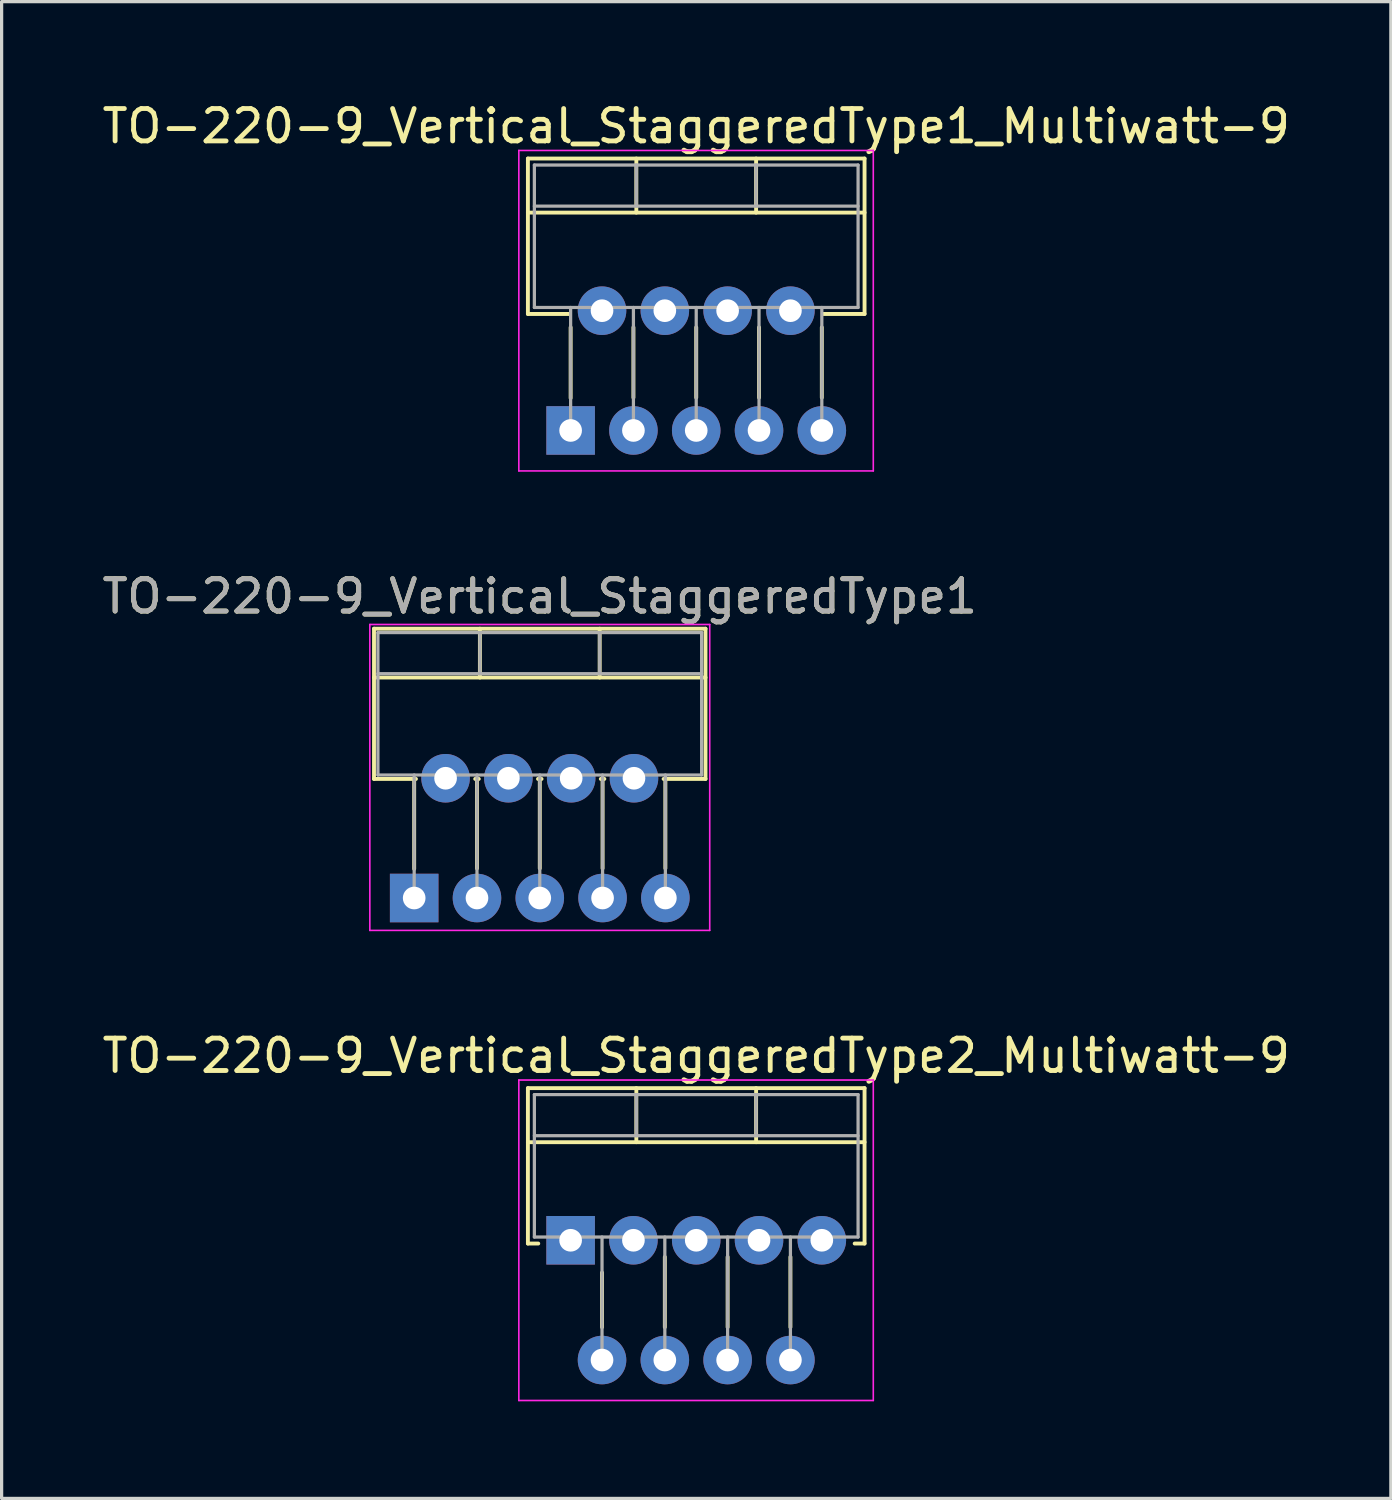
<source format=kicad_pcb>
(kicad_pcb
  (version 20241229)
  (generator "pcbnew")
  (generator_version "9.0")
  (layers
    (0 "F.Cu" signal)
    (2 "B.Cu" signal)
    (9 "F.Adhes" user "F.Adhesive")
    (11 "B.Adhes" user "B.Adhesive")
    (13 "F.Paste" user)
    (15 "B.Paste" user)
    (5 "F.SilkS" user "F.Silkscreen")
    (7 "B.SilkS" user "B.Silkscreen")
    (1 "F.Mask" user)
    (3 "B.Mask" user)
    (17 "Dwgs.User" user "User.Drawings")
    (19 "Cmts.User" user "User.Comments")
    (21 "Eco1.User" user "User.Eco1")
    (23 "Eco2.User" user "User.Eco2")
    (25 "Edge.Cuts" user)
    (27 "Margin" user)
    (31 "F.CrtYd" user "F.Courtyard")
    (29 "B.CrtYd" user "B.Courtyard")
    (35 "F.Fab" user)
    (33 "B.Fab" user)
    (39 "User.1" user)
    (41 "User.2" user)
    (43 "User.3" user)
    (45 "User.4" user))
  (footprint "TO-220-9_Vertical_StaggeredType1"
    (layer "F.Cu")
    (at 9.745 24.692)
    (property "Reference" "TO-220-9_Vertical_StaggeredType1" (at 3.88 -9.32 0) (layer "F.SilkS") (effects (font (size 1 1) (thickness 0.15))))
    (attr through_hole)
    (fp_line (start -1.241 -8.32) (end -1.241 -3.679) (stroke (width 0.12) (type solid)) (layer "F.SilkS"))
    (fp_line (start -1.241 -8.32) (end 9 -8.32) (stroke (width 0.12) (type solid)) (layer "F.SilkS"))
    (fp_line (start -1.241 -6.811) (end 9 -6.811) (stroke (width 0.12) (type solid)) (layer "F.SilkS"))
    (fp_line (start -1.241 -3.679) (end 0.055 -3.679) (stroke (width 0.12) (type solid)) (layer "F.SilkS"))
    (fp_line (start 0 -3.679) (end 0 -0.9) (stroke (width 0.12) (type solid)) (layer "F.SilkS"))
    (fp_line (start 1.885 -3.679) (end 1.996 -3.679) (stroke (width 0.12) (type solid)) (layer "F.SilkS"))
    (fp_line (start 1.94 -3.679) (end 1.94 -0.915) (stroke (width 0.12) (type solid)) (layer "F.SilkS"))
    (fp_line (start 2.03 -8.32) (end 2.03 -6.811) (stroke (width 0.12) (type solid)) (layer "F.SilkS"))
    (fp_line (start 3.825 -3.679) (end 3.935 -3.679) (stroke (width 0.12) (type solid)) (layer "F.SilkS"))
    (fp_line (start 3.88 -3.679) (end 3.88 -0.915) (stroke (width 0.12) (type solid)) (layer "F.SilkS"))
    (fp_line (start 5.73 -8.32) (end 5.73 -6.811) (stroke (width 0.12) (type solid)) (layer "F.SilkS"))
    (fp_line (start 5.765 -3.679) (end 5.875 -3.679) (stroke (width 0.12) (type solid)) (layer "F.SilkS"))
    (fp_line (start 5.82 -3.679) (end 5.82 -0.915) (stroke (width 0.12) (type solid)) (layer "F.SilkS"))
    (fp_line (start 7.705 -3.679) (end 9 -3.679) (stroke (width 0.12) (type solid)) (layer "F.SilkS"))
    (fp_line (start 7.76 -3.679) (end 7.76 -0.915) (stroke (width 0.12) (type solid)) (layer "F.SilkS"))
    (fp_line (start 9 -8.32) (end 9 -3.679) (stroke (width 0.12) (type solid)) (layer "F.SilkS"))
    (fp_line (start -1.37 -8.45) (end -1.37 1) (stroke (width 0.05) (type solid)) (layer "F.CrtYd"))
    (fp_line (start -1.37 1) (end 9.13 1) (stroke (width 0.05) (type solid)) (layer "F.CrtYd"))
    (fp_line (start 9.13 -8.45) (end -1.37 -8.45) (stroke (width 0.05) (type solid)) (layer "F.CrtYd"))
    (fp_line (start 9.13 1) (end 9.13 -8.45) (stroke (width 0.05) (type solid)) (layer "F.CrtYd"))
    (fp_line (start -1.12 -8.2) (end -1.12 -3.8) (stroke (width 0.1) (type solid)) (layer "F.Fab"))
    (fp_line (start -1.12 -6.93) (end 8.88 -6.93) (stroke (width 0.1) (type solid)) (layer "F.Fab"))
    (fp_line (start -1.12 -3.8) (end 8.88 -3.8) (stroke (width 0.1) (type solid)) (layer "F.Fab"))
    (fp_line (start 0 -3.8) (end 0 0) (stroke (width 0.1) (type solid)) (layer "F.Fab"))
    (fp_line (start 0.97 -3.8) (end 0.97 -3.7) (stroke (width 0.1) (type solid)) (layer "F.Fab"))
    (fp_line (start 1.94 -3.8) (end 1.94 0) (stroke (width 0.1) (type solid)) (layer "F.Fab"))
    (fp_line (start 2.03 -8.2) (end 2.03 -6.93) (stroke (width 0.1) (type solid)) (layer "F.Fab"))
    (fp_line (start 2.91 -3.8) (end 2.91 -3.7) (stroke (width 0.1) (type solid)) (layer "F.Fab"))
    (fp_line (start 3.88 -3.8) (end 3.88 0) (stroke (width 0.1) (type solid)) (layer "F.Fab"))
    (fp_line (start 4.85 -3.8) (end 4.85 -3.7) (stroke (width 0.1) (type solid)) (layer "F.Fab"))
    (fp_line (start 5.73 -8.2) (end 5.73 -6.93) (stroke (width 0.1) (type solid)) (layer "F.Fab"))
    (fp_line (start 5.82 -3.8) (end 5.82 0) (stroke (width 0.1) (type solid)) (layer "F.Fab"))
    (fp_line (start 6.79 -3.8) (end 6.79 -3.7) (stroke (width 0.1) (type solid)) (layer "F.Fab"))
    (fp_line (start 7.76 -3.8) (end 7.76 0) (stroke (width 0.1) (type solid)) (layer "F.Fab"))
    (fp_line (start 8.88 -8.2) (end -1.12 -8.2) (stroke (width 0.1) (type solid)) (layer "F.Fab"))
    (fp_line (start 8.88 -3.8) (end 8.88 -8.2) (stroke (width 0.1) (type solid)) (layer "F.Fab"))
    (fp_text user "${REFERENCE}" (at 3.88 -9.32 0) (layer "F.Fab") (effects (font (size 1 1) (thickness 0.15))))
    (pad "1" thru_hole rect (at 0 0) (size 1.5 1.5) (drill 0.7) (layers "*.Cu" "*.Mask"))
    (pad "2" thru_hole oval (at 0.97 -3.7) (size 1.5 1.5) (drill 0.7) (layers "*.Cu" "*.Mask"))
    (pad "3" thru_hole oval (at 1.94 0) (size 1.5 1.5) (drill 0.7) (layers "*.Cu" "*.Mask"))
    (pad "4" thru_hole oval (at 2.91 -3.7) (size 1.5 1.5) (drill 0.7) (layers "*.Cu" "*.Mask"))
    (pad "5" thru_hole oval (at 3.88 0) (size 1.5 1.5) (drill 0.7) (layers "*.Cu" "*.Mask"))
    (pad "6" thru_hole oval (at 4.85 -3.7) (size 1.5 1.5) (drill 0.7) (layers "*.Cu" "*.Mask"))
    (pad "7" thru_hole oval (at 5.82 0) (size 1.5 1.5) (drill 0.7) (layers "*.Cu" "*.Mask"))
    (pad "8" thru_hole oval (at 6.79 -3.7) (size 1.5 1.5) (drill 0.7) (layers "*.Cu" "*.Mask"))
    (pad "9" thru_hole oval (at 7.76 0) (size 1.5 1.5) (drill 0.7) (layers "*.Cu" "*.Mask")))
  (footprint "TO-220-9_Vertical_StaggeredType1_Multiwatt-9"
    (layer "F.Cu")
    (at 14.578 10.248)
    (property "Reference" "TO-220-9_Vertical_StaggeredType1_Multiwatt-9" (at 3.88 -9.4 0) (layer "F.SilkS") (effects (font (size 1 1) (thickness 0.15))))
    (attr through_hole)
    (fp_line (start -1.32 -8.4) (end -1.32 -3.599) (stroke (width 0.12) (type solid)) (layer "F.SilkS"))
    (fp_line (start -1.32 -8.4) (end 9.08 -8.4) (stroke (width 0.12) (type solid)) (layer "F.SilkS"))
    (fp_line (start -1.32 -6.73) (end 9.08 -6.73) (stroke (width 0.12) (type solid)) (layer "F.SilkS"))
    (fp_line (start -1.32 -3.599) (end -0.046 -3.599) (stroke (width 0.12) (type solid)) (layer "F.SilkS"))
    (fp_line (start 0 -3.185) (end 0 -1) (stroke (width 0.12) (type solid)) (layer "F.SilkS"))
    (fp_line (start 1.94 -3.185) (end 1.94 -1.015) (stroke (width 0.12) (type solid)) (layer "F.SilkS"))
    (fp_line (start 2.03 -8.4) (end 2.03 -6.73) (stroke (width 0.12) (type solid)) (layer "F.SilkS"))
    (fp_line (start 3.88 -3.185) (end 3.88 -1.015) (stroke (width 0.12) (type solid)) (layer "F.SilkS"))
    (fp_line (start 5.73 -8.4) (end 5.73 -6.73) (stroke (width 0.12) (type solid)) (layer "F.SilkS"))
    (fp_line (start 5.82 -3.185) (end 5.82 -1.015) (stroke (width 0.12) (type solid)) (layer "F.SilkS"))
    (fp_line (start 7.76 -3.185) (end 7.76 -1.015) (stroke (width 0.12) (type solid)) (layer "F.SilkS"))
    (fp_line (start 7.805 -3.599) (end 9.08 -3.599) (stroke (width 0.12) (type solid)) (layer "F.SilkS"))
    (fp_line (start 9.08 -8.4) (end 9.08 -3.599) (stroke (width 0.12) (type solid)) (layer "F.SilkS"))
    (fp_line (start -1.6 -8.65) (end -1.6 1.25) (stroke (width 0.05) (type solid)) (layer "F.CrtYd"))
    (fp_line (start -1.6 1.25) (end 9.35 1.25) (stroke (width 0.05) (type solid)) (layer "F.CrtYd"))
    (fp_line (start 9.35 -8.65) (end -1.6 -8.65) (stroke (width 0.05) (type solid)) (layer "F.CrtYd"))
    (fp_line (start 9.35 1.25) (end 9.35 -8.65) (stroke (width 0.05) (type solid)) (layer "F.CrtYd"))
    (fp_line (start -1.12 -8.2) (end -1.12 -3.8) (stroke (width 0.1) (type solid)) (layer "F.Fab"))
    (fp_line (start -1.12 -6.93) (end 8.88 -6.93) (stroke (width 0.1) (type solid)) (layer "F.Fab"))
    (fp_line (start -1.12 -3.8) (end 8.88 -3.8) (stroke (width 0.1) (type solid)) (layer "F.Fab"))
    (fp_line (start 0 -3.8) (end 0 0) (stroke (width 0.1) (type solid)) (layer "F.Fab"))
    (fp_line (start 0.97 -3.8) (end 0.97 -3.7) (stroke (width 0.1) (type solid)) (layer "F.Fab"))
    (fp_line (start 1.94 -3.8) (end 1.94 0) (stroke (width 0.1) (type solid)) (layer "F.Fab"))
    (fp_line (start 2.03 -8.2) (end 2.03 -6.93) (stroke (width 0.1) (type solid)) (layer "F.Fab"))
    (fp_line (start 2.91 -3.8) (end 2.91 -3.7) (stroke (width 0.1) (type solid)) (layer "F.Fab"))
    (fp_line (start 3.88 -3.8) (end 3.88 0) (stroke (width 0.1) (type solid)) (layer "F.Fab"))
    (fp_line (start 4.85 -3.8) (end 4.85 -3.7) (stroke (width 0.1) (type solid)) (layer "F.Fab"))
    (fp_line (start 5.73 -8.2) (end 5.73 -6.93) (stroke (width 0.1) (type solid)) (layer "F.Fab"))
    (fp_line (start 5.82 -3.8) (end 5.82 0) (stroke (width 0.1) (type solid)) (layer "F.Fab"))
    (fp_line (start 6.79 -3.8) (end 6.79 -3.7) (stroke (width 0.1) (type solid)) (layer "F.Fab"))
    (fp_line (start 7.76 -3.8) (end 7.76 0) (stroke (width 0.1) (type solid)) (layer "F.Fab"))
    (fp_line (start 8.88 -8.2) (end -1.12 -8.2) (stroke (width 0.1) (type solid)) (layer "F.Fab"))
    (fp_line (start 8.88 -3.8) (end 8.88 -8.2) (stroke (width 0.1) (type solid)) (layer "F.Fab"))
    (pad "1" thru_hole rect (at 0 0) (size 1.5 1.5) (drill 0.7) (layers "*.Cu" "*.Mask"))
    (pad "2" thru_hole oval (at 0.97 -3.7) (size 1.5 1.5) (drill 0.7) (layers "*.Cu" "*.Mask"))
    (pad "3" thru_hole oval (at 1.94 0) (size 1.5 1.5) (drill 0.7) (layers "*.Cu" "*.Mask"))
    (pad "4" thru_hole oval (at 2.91 -3.7) (size 1.5 1.5) (drill 0.7) (layers "*.Cu" "*.Mask"))
    (pad "5" thru_hole oval (at 3.88 0) (size 1.5 1.5) (drill 0.7) (layers "*.Cu" "*.Mask"))
    (pad "6" thru_hole oval (at 4.85 -3.7) (size 1.5 1.5) (drill 0.7) (layers "*.Cu" "*.Mask"))
    (pad "7" thru_hole oval (at 5.82 0) (size 1.5 1.5) (drill 0.7) (layers "*.Cu" "*.Mask"))
    (pad "8" thru_hole oval (at 6.79 -3.7) (size 1.5 1.5) (drill 0.7) (layers "*.Cu" "*.Mask"))
    (pad "9" thru_hole oval (at 7.76 0) (size 1.5 1.5) (drill 0.7) (layers "*.Cu" "*.Mask")))
  (footprint "TO-220-9_Vertical_StaggeredType2_Multiwatt-9"
    (layer "F.Cu")
    (at 14.578 35.265)
    (property "Reference" "TO-220-9_Vertical_StaggeredType2_Multiwatt-9" (at 3.88 -5.7 0) (layer "F.SilkS") (effects (font (size 1 1) (thickness 0.15))))
    (attr through_hole)
    (fp_line (start -1.32 -4.7) (end -1.32 0.101) (stroke (width 0.12) (type solid)) (layer "F.SilkS"))
    (fp_line (start -1.32 -4.7) (end 9.08 -4.7) (stroke (width 0.12) (type solid)) (layer "F.SilkS"))
    (fp_line (start -1.32 -3.03) (end 9.08 -3.03) (stroke (width 0.12) (type solid)) (layer "F.SilkS"))
    (fp_line (start -1.32 0.101) (end -1 0.101) (stroke (width 0.12) (type solid)) (layer "F.SilkS"))
    (fp_line (start 0.97 1) (end 0.97 2.685) (stroke (width 0.12) (type solid)) (layer "F.SilkS"))
    (fp_line (start 2.03 -4.7) (end 2.03 -3.03) (stroke (width 0.12) (type solid)) (layer "F.SilkS"))
    (fp_line (start 2.91 0.515) (end 2.91 2.685) (stroke (width 0.12) (type solid)) (layer "F.SilkS"))
    (fp_line (start 4.85 0.515) (end 4.85 2.685) (stroke (width 0.12) (type solid)) (layer "F.SilkS"))
    (fp_line (start 5.73 -4.7) (end 5.73 -3.03) (stroke (width 0.12) (type solid)) (layer "F.SilkS"))
    (fp_line (start 6.79 0.515) (end 6.79 2.685) (stroke (width 0.12) (type solid)) (layer "F.SilkS"))
    (fp_line (start 8.775 0.101) (end 9.08 0.101) (stroke (width 0.12) (type solid)) (layer "F.SilkS"))
    (fp_line (start 9.08 -4.7) (end 9.08 0.101) (stroke (width 0.12) (type solid)) (layer "F.SilkS"))
    (fp_line (start -1.6 -4.95) (end -1.6 4.95) (stroke (width 0.05) (type solid)) (layer "F.CrtYd"))
    (fp_line (start -1.6 4.95) (end 9.35 4.95) (stroke (width 0.05) (type solid)) (layer "F.CrtYd"))
    (fp_line (start 9.35 -4.95) (end -1.6 -4.95) (stroke (width 0.05) (type solid)) (layer "F.CrtYd"))
    (fp_line (start 9.35 4.95) (end 9.35 -4.95) (stroke (width 0.05) (type solid)) (layer "F.CrtYd"))
    (fp_line (start -1.12 -4.5) (end -1.12 -0.1) (stroke (width 0.1) (type solid)) (layer "F.Fab"))
    (fp_line (start -1.12 -3.23) (end 8.88 -3.23) (stroke (width 0.1) (type solid)) (layer "F.Fab"))
    (fp_line (start -1.12 -0.1) (end 8.88 -0.1) (stroke (width 0.1) (type solid)) (layer "F.Fab"))
    (fp_line (start 0 -0.1) (end 0 0) (stroke (width 0.1) (type solid)) (layer "F.Fab"))
    (fp_line (start 0.97 -0.1) (end 0.97 3.7) (stroke (width 0.1) (type solid)) (layer "F.Fab"))
    (fp_line (start 1.94 -0.1) (end 1.94 0) (stroke (width 0.1) (type solid)) (layer "F.Fab"))
    (fp_line (start 2.03 -4.5) (end 2.03 -3.23) (stroke (width 0.1) (type solid)) (layer "F.Fab"))
    (fp_line (start 2.91 -0.1) (end 2.91 3.7) (stroke (width 0.1) (type solid)) (layer "F.Fab"))
    (fp_line (start 3.88 -0.1) (end 3.88 0) (stroke (width 0.1) (type solid)) (layer "F.Fab"))
    (fp_line (start 4.85 -0.1) (end 4.85 3.7) (stroke (width 0.1) (type solid)) (layer "F.Fab"))
    (fp_line (start 5.73 -4.5) (end 5.73 -3.23) (stroke (width 0.1) (type solid)) (layer "F.Fab"))
    (fp_line (start 5.82 -0.1) (end 5.82 0) (stroke (width 0.1) (type solid)) (layer "F.Fab"))
    (fp_line (start 6.79 -0.1) (end 6.79 3.7) (stroke (width 0.1) (type solid)) (layer "F.Fab"))
    (fp_line (start 7.76 -0.1) (end 7.76 0) (stroke (width 0.1) (type solid)) (layer "F.Fab"))
    (fp_line (start 8.88 -4.5) (end -1.12 -4.5) (stroke (width 0.1) (type solid)) (layer "F.Fab"))
    (fp_line (start 8.88 -0.1) (end 8.88 -4.5) (stroke (width 0.1) (type solid)) (layer "F.Fab"))
    (pad "1" thru_hole rect (at 0 0) (size 1.5 1.5) (drill 0.7) (layers "*.Cu" "*.Mask"))
    (pad "2" thru_hole oval (at 0.97 3.7) (size 1.5 1.5) (drill 0.7) (layers "*.Cu" "*.Mask"))
    (pad "3" thru_hole oval (at 1.94 0) (size 1.5 1.5) (drill 0.7) (layers "*.Cu" "*.Mask"))
    (pad "4" thru_hole oval (at 2.91 3.7) (size 1.5 1.5) (drill 0.7) (layers "*.Cu" "*.Mask"))
    (pad "5" thru_hole oval (at 3.88 0) (size 1.5 1.5) (drill 0.7) (layers "*.Cu" "*.Mask"))
    (pad "6" thru_hole oval (at 4.85 3.7) (size 1.5 1.5) (drill 0.7) (layers "*.Cu" "*.Mask"))
    (pad "7" thru_hole oval (at 5.82 0) (size 1.5 1.5) (drill 0.7) (layers "*.Cu" "*.Mask"))
    (pad "8" thru_hole oval (at 6.79 3.7) (size 1.5 1.5) (drill 0.7) (layers "*.Cu" "*.Mask"))
    (pad "9" thru_hole oval (at 7.76 0) (size 1.5 1.5) (drill 0.7) (layers "*.Cu" "*.Mask")))
  (gr_rect
    (start -3 -3)
    (end 39.917 43.24)
    (stroke (width 0.1) (type default))
    (fill no)
    (layer "Edge.Cuts")))
</source>
